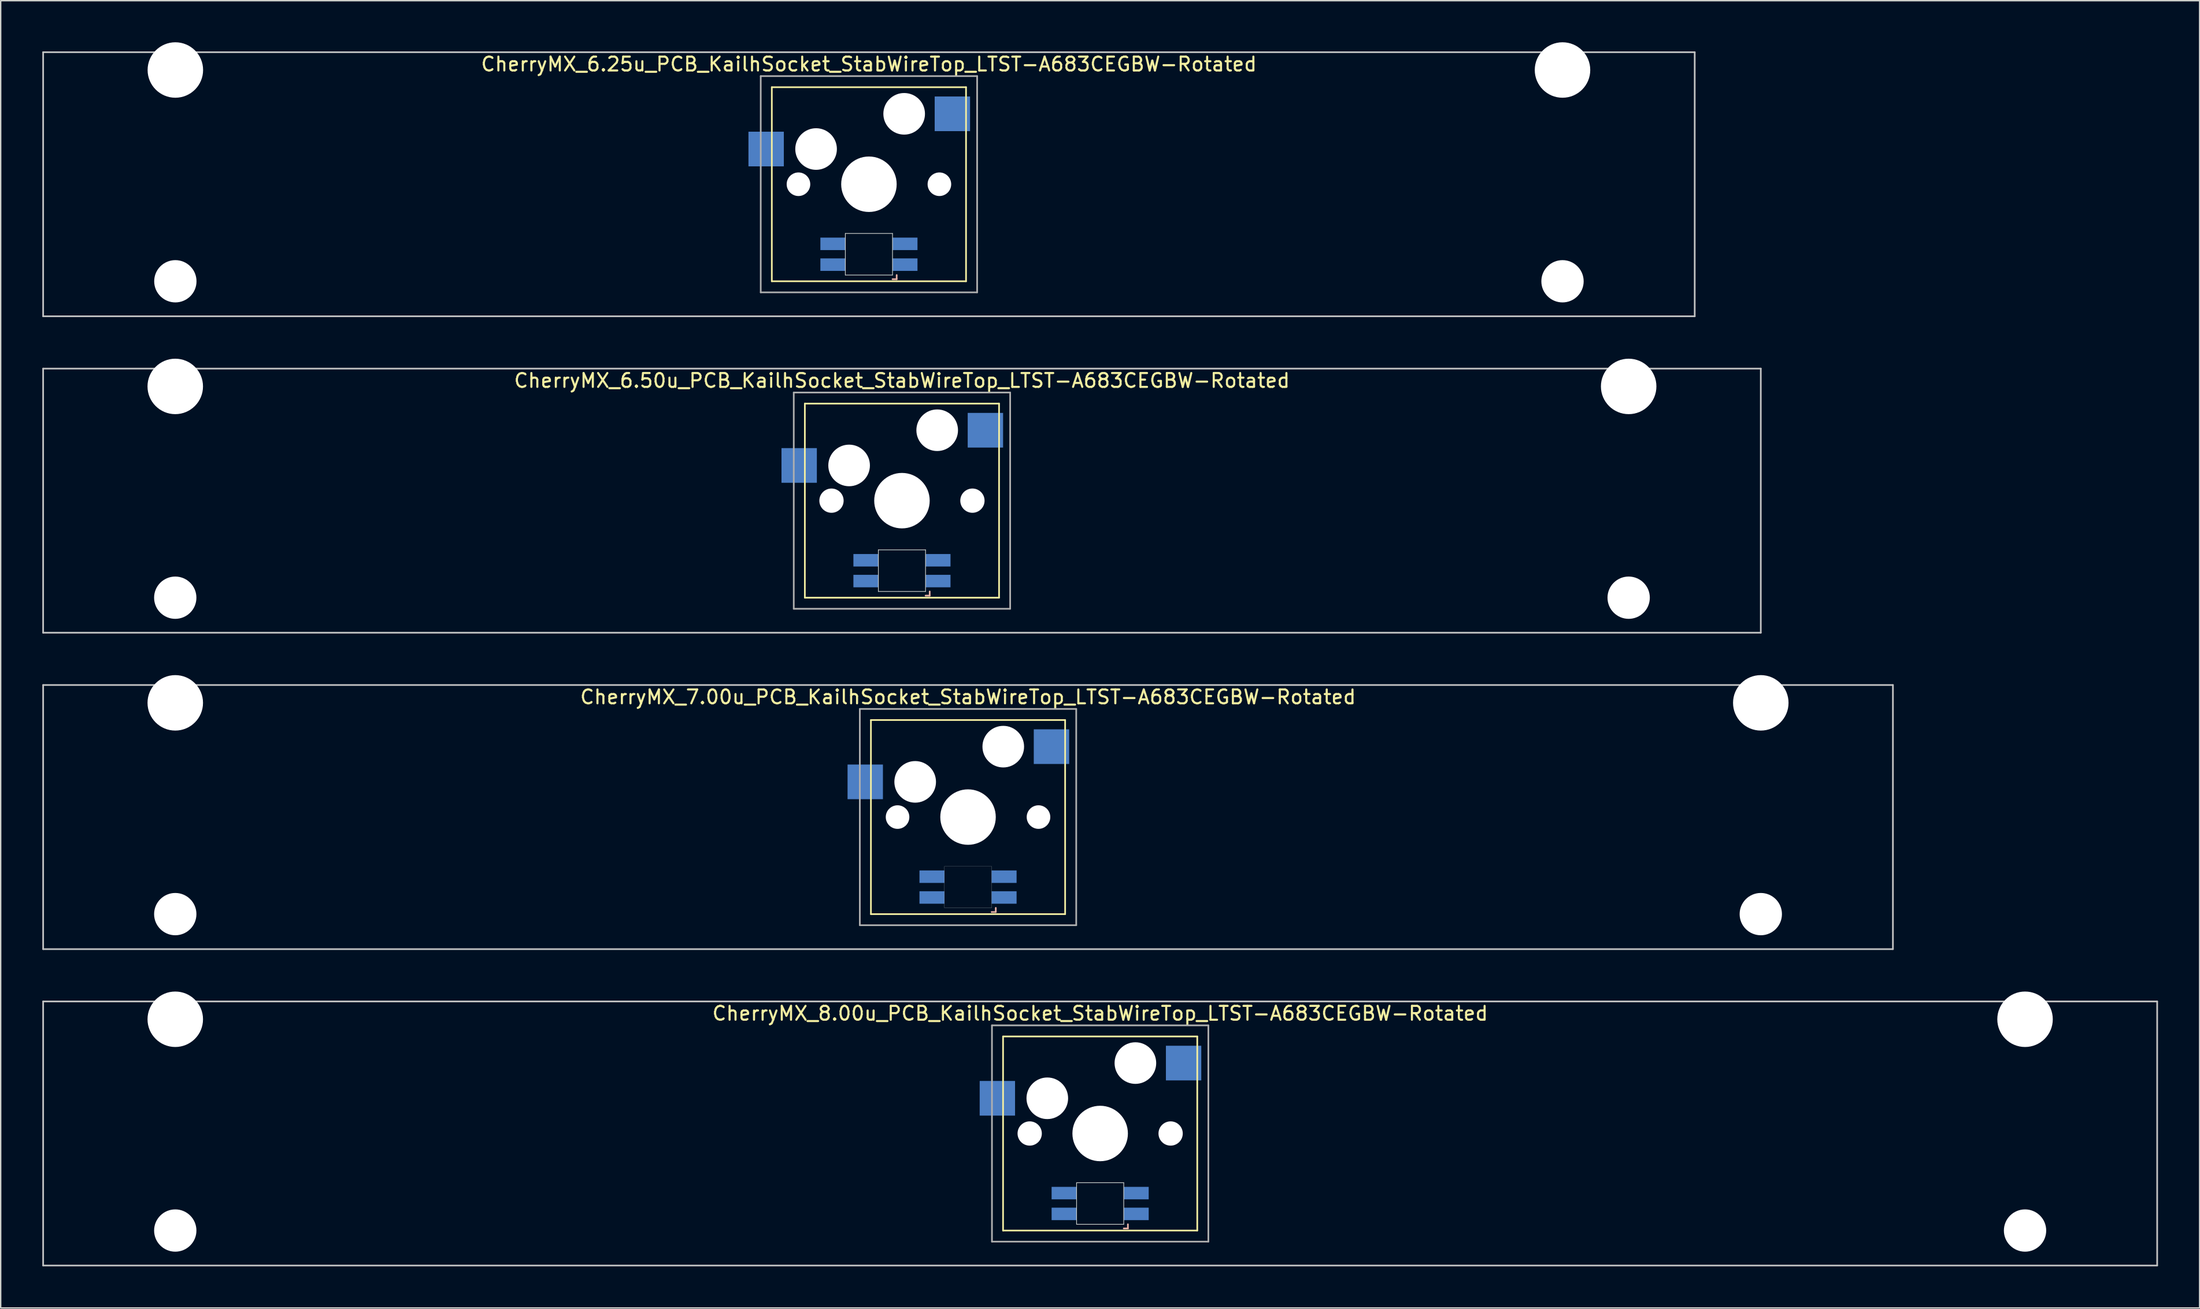
<source format=kicad_pcb>
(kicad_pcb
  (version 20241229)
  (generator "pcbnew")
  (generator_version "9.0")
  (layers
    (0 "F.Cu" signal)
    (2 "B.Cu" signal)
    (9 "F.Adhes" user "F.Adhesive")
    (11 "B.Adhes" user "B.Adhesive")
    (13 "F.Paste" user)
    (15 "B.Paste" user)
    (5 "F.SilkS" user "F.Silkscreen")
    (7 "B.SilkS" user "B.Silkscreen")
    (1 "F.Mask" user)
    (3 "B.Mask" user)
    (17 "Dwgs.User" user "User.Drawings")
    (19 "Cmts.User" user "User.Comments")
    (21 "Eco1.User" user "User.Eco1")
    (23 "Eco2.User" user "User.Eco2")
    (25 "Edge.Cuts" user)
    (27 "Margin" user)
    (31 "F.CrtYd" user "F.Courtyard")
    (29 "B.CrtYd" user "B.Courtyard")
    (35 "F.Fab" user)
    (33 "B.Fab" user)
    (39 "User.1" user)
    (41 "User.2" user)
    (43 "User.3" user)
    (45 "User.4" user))
  (footprint "CherryMX_6.25u_PCB_KailhSocket_StabWireTop_LTST-A683CEGBW-Rotated"
    (layer "F.Cu")
    (at 59.591 10.24)
    (property "Reference" "CherryMX_6.25u_PCB_KailhSocket_StabWireTop_LTST-A683CEGBW-Rotated" (at 0 -8.662 0) (layer "F.SilkS") (effects (font (size 1 1) (thickness 0.15))))
    (attr through_hole)
    (fp_line (start -7 -7) (end -7 7) (stroke (width 0.12) (type solid)) (layer "F.SilkS"))
    (fp_line (start -7 -7) (end 7 -7) (stroke (width 0.12) (type solid)) (layer "F.SilkS"))
    (fp_line (start 7 -7) (end 7 7) (stroke (width 0.12) (type solid)) (layer "F.SilkS"))
    (fp_line (start 7 7) (end -7 7) (stroke (width 0.12) (type solid)) (layer "F.SilkS"))
    (fp_line (start 1.7 6.85) (end 2 6.85) (stroke (width 0.12) (type solid)) (layer "B.SilkS"))
    (fp_line (start 2 6.85) (end 2 6.55) (stroke (width 0.12) (type solid)) (layer "B.SilkS"))
    (fp_line (start -59.531 -9.525) (end 59.531 -9.525) (stroke (width 0.12) (type solid)) (layer "Dwgs.User"))
    (fp_line (start -59.531 9.525) (end -59.531 -9.525) (stroke (width 0.12) (type solid)) (layer "Dwgs.User"))
    (fp_line (start 59.531 -9.525) (end 59.531 9.525) (stroke (width 0.12) (type solid)) (layer "Dwgs.User"))
    (fp_line (start 59.531 9.525) (end -59.531 9.525) (stroke (width 0.12) (type solid)) (layer "Dwgs.User"))
    (fp_line (start -1.7 3.55) (end 1.7 3.55) (stroke (width 0.05) (type solid)) (layer "Edge.Cuts"))
    (fp_line (start -1.7 6.55) (end -1.7 3.55) (stroke (width 0.05) (type solid)) (layer "Edge.Cuts"))
    (fp_line (start 1.7 3.55) (end 1.7 6.55) (stroke (width 0.05) (type solid)) (layer "Edge.Cuts"))
    (fp_line (start 1.7 6.55) (end -1.7 6.55) (stroke (width 0.05) (type solid)) (layer "Edge.Cuts"))
    (fp_line (start -7.8 -7.8) (end -7.8 7.8) (stroke (width 0.12) (type solid)) (layer "F.Fab"))
    (fp_line (start -7.8 -7.8) (end 7.8 -7.8) (stroke (width 0.12) (type solid)) (layer "F.Fab"))
    (fp_line (start -7.8 7.8) (end 7.8 7.8) (stroke (width 0.12) (type solid)) (layer "F.Fab"))
    (fp_line (start 7.8 -7.8) (end 7.8 7.8) (stroke (width 0.12) (type solid)) (layer "F.Fab"))
    (pad "" np_thru_hole circle (at -50 -8.24) (size 4 4) (drill 4) (layers "*.Cu" "*.Mask"))
    (pad "" np_thru_hole circle (at -50 7) (size 3.05 3.05) (drill 3.05) (layers "*.Cu" "*.Mask"))
    (pad "" np_thru_hole circle (at -5.08 0) (size 1.7 1.7) (drill 1.7) (layers "*.Cu" "*.Mask"))
    (pad "" np_thru_hole circle (at -3.81 -2.54) (size 3 3) (drill 3) (layers "*.Cu" "*.Mask"))
    (pad "" np_thru_hole circle (at 0 0) (size 4 4) (drill 4) (layers "*.Cu" "*.Mask"))
    (pad "" np_thru_hole circle (at 2.54 -5.08) (size 3 3) (drill 3) (layers "*.Cu" "*.Mask"))
    (pad "" np_thru_hole circle (at 5.08 0) (size 1.7 1.7) (drill 1.7) (layers "*.Cu" "*.Mask"))
    (pad "" np_thru_hole circle (at 50 -8.24) (size 4 4) (drill 4) (layers "*.Cu" "*.Mask"))
    (pad "" np_thru_hole circle (at 50 7) (size 3.05 3.05) (drill 3.05) (layers "*.Cu" "*.Mask"))
    (pad "1" smd rect (at -7.41 -2.54) (size 2.55 2.5) (layers "B.Cu" "B.Mask" "B.Paste"))
    (pad "2" smd rect (at 6.015 -5.08) (size 2.55 2.5) (layers "B.Cu" "B.Mask" "B.Paste"))
    (pad "3" smd rect (at 2.6 5.8 180) (size 1.8 0.9) (layers "B.Cu" "B.Mask" "B.Paste"))
    (pad "4" smd rect (at 2.6 4.3 180) (size 1.8 0.9) (layers "B.Cu" "B.Mask" "B.Paste"))
    (pad "5" smd rect (at -2.6 5.8 180) (size 1.8 0.9) (layers "B.Cu" "B.Mask" "B.Paste"))
    (pad "6" smd rect (at -2.6 4.3 180) (size 1.8 0.9) (layers "B.Cu" "B.Mask" "B.Paste")))
  (footprint "CherryMX_6.50u_PCB_KailhSocket_StabWireTop_LTST-A683CEGBW-Rotated"
    (layer "F.Cu")
    (at 61.972 33.065)
    (property "Reference" "CherryMX_6.50u_PCB_KailhSocket_StabWireTop_LTST-A683CEGBW-Rotated" (at 0 -8.662 0) (layer "F.SilkS") (effects (font (size 1 1) (thickness 0.15))))
    (attr through_hole)
    (fp_line (start -7 -7) (end -7 7) (stroke (width 0.12) (type solid)) (layer "F.SilkS"))
    (fp_line (start -7 -7) (end 7 -7) (stroke (width 0.12) (type solid)) (layer "F.SilkS"))
    (fp_line (start 7 -7) (end 7 7) (stroke (width 0.12) (type solid)) (layer "F.SilkS"))
    (fp_line (start 7 7) (end -7 7) (stroke (width 0.12) (type solid)) (layer "F.SilkS"))
    (fp_line (start 1.7 6.85) (end 2 6.85) (stroke (width 0.12) (type solid)) (layer "B.SilkS"))
    (fp_line (start 2 6.85) (end 2 6.55) (stroke (width 0.12) (type solid)) (layer "B.SilkS"))
    (fp_line (start -61.913 -9.525) (end 61.913 -9.525) (stroke (width 0.12) (type solid)) (layer "Dwgs.User"))
    (fp_line (start -61.913 9.525) (end -61.913 -9.525) (stroke (width 0.12) (type solid)) (layer "Dwgs.User"))
    (fp_line (start 61.913 -9.525) (end 61.913 9.525) (stroke (width 0.12) (type solid)) (layer "Dwgs.User"))
    (fp_line (start 61.913 9.525) (end -61.913 9.525) (stroke (width 0.12) (type solid)) (layer "Dwgs.User"))
    (fp_line (start -1.7 3.55) (end 1.7 3.55) (stroke (width 0.05) (type solid)) (layer "Edge.Cuts"))
    (fp_line (start -1.7 6.55) (end -1.7 3.55) (stroke (width 0.05) (type solid)) (layer "Edge.Cuts"))
    (fp_line (start 1.7 3.55) (end 1.7 6.55) (stroke (width 0.05) (type solid)) (layer "Edge.Cuts"))
    (fp_line (start 1.7 6.55) (end -1.7 6.55) (stroke (width 0.05) (type solid)) (layer "Edge.Cuts"))
    (fp_line (start -7.8 -7.8) (end -7.8 7.8) (stroke (width 0.12) (type solid)) (layer "F.Fab"))
    (fp_line (start -7.8 -7.8) (end 7.8 -7.8) (stroke (width 0.12) (type solid)) (layer "F.Fab"))
    (fp_line (start -7.8 7.8) (end 7.8 7.8) (stroke (width 0.12) (type solid)) (layer "F.Fab"))
    (fp_line (start 7.8 -7.8) (end 7.8 7.8) (stroke (width 0.12) (type solid)) (layer "F.Fab"))
    (pad "" np_thru_hole circle (at -52.388 -8.24) (size 4 4) (drill 4) (layers "*.Cu" "*.Mask"))
    (pad "" np_thru_hole circle (at -52.388 7) (size 3.05 3.05) (drill 3.05) (layers "*.Cu" "*.Mask"))
    (pad "" np_thru_hole circle (at -5.08 0) (size 1.75 1.75) (drill 1.75) (layers "*.Cu" "*.Mask"))
    (pad "" np_thru_hole circle (at -3.81 -2.54) (size 3 3) (drill 3) (layers "*.Cu" "*.Mask"))
    (pad "" np_thru_hole circle (at 0 0) (size 4 4) (drill 4) (layers "*.Cu" "*.Mask"))
    (pad "" np_thru_hole circle (at 2.54 -5.08) (size 3 3) (drill 3) (layers "*.Cu" "*.Mask"))
    (pad "" np_thru_hole circle (at 5.08 0) (size 1.75 1.75) (drill 1.75) (layers "*.Cu" "*.Mask"))
    (pad "" np_thru_hole circle (at 52.388 -8.24) (size 4 4) (drill 4) (layers "*.Cu" "*.Mask"))
    (pad "" np_thru_hole circle (at 52.388 7) (size 3.05 3.05) (drill 3.05) (layers "*.Cu" "*.Mask"))
    (pad "1" smd rect (at -7.41 -2.54) (size 2.55 2.5) (layers "B.Cu" "B.Mask" "B.Paste"))
    (pad "2" smd rect (at 6.015 -5.08) (size 2.55 2.5) (layers "B.Cu" "B.Mask" "B.Paste"))
    (pad "3" smd rect (at 2.6 5.8) (size 1.8 0.9) (layers "B.Cu" "B.Mask" "B.Paste"))
    (pad "4" smd rect (at 2.6 4.3) (size 1.8 0.9) (layers "B.Cu" "B.Mask" "B.Paste"))
    (pad "5" smd rect (at -2.6 5.8) (size 1.8 0.9) (layers "B.Cu" "B.Mask" "B.Paste"))
    (pad "6" smd rect (at -2.6 4.3) (size 1.8 0.9) (layers "B.Cu" "B.Mask" "B.Paste")))
  (footprint "CherryMX_8.00u_PCB_KailhSocket_StabWireTop_LTST-A683CEGBW-Rotated"
    (layer "F.Cu")
    (at 76.26 78.715)
    (property "Reference" "CherryMX_8.00u_PCB_KailhSocket_StabWireTop_LTST-A683CEGBW-Rotated" (at 0 -8.662 0) (layer "F.SilkS") (effects (font (size 1 1) (thickness 0.15))))
    (attr through_hole)
    (fp_line (start -7 -7) (end -7 7) (stroke (width 0.12) (type solid)) (layer "F.SilkS"))
    (fp_line (start -7 -7) (end 7 -7) (stroke (width 0.12) (type solid)) (layer "F.SilkS"))
    (fp_line (start 7 -7) (end 7 7) (stroke (width 0.12) (type solid)) (layer "F.SilkS"))
    (fp_line (start 7 7) (end -7 7) (stroke (width 0.12) (type solid)) (layer "F.SilkS"))
    (fp_line (start 1.7 6.85) (end 2 6.85) (stroke (width 0.12) (type solid)) (layer "B.SilkS"))
    (fp_line (start 2 6.85) (end 2 6.55) (stroke (width 0.12) (type solid)) (layer "B.SilkS"))
    (fp_line (start -76.2 -9.525) (end 76.2 -9.525) (stroke (width 0.12) (type solid)) (layer "Dwgs.User"))
    (fp_line (start -76.2 9.525) (end -76.2 -9.525) (stroke (width 0.12) (type solid)) (layer "Dwgs.User"))
    (fp_line (start 76.2 -9.525) (end 76.2 9.525) (stroke (width 0.12) (type solid)) (layer "Dwgs.User"))
    (fp_line (start 76.2 9.525) (end -76.2 9.525) (stroke (width 0.12) (type solid)) (layer "Dwgs.User"))
    (fp_line (start -1.7 3.55) (end 1.7 3.55) (stroke (width 0.05) (type solid)) (layer "Edge.Cuts"))
    (fp_line (start -1.7 6.55) (end -1.7 3.55) (stroke (width 0.05) (type solid)) (layer "Edge.Cuts"))
    (fp_line (start 1.7 3.55) (end 1.7 6.55) (stroke (width 0.05) (type solid)) (layer "Edge.Cuts"))
    (fp_line (start 1.7 6.55) (end -1.7 6.55) (stroke (width 0.05) (type solid)) (layer "Edge.Cuts"))
    (fp_line (start -7.8 -7.8) (end -7.8 7.8) (stroke (width 0.12) (type solid)) (layer "F.Fab"))
    (fp_line (start -7.8 -7.8) (end 7.8 -7.8) (stroke (width 0.12) (type solid)) (layer "F.Fab"))
    (fp_line (start -7.8 7.8) (end 7.8 7.8) (stroke (width 0.12) (type solid)) (layer "F.Fab"))
    (fp_line (start 7.8 -7.8) (end 7.8 7.8) (stroke (width 0.12) (type solid)) (layer "F.Fab"))
    (pad "" np_thru_hole circle (at -66.675 -8.24) (size 4 4) (drill 4) (layers "*.Cu" "*.Mask"))
    (pad "" np_thru_hole circle (at -66.675 7) (size 3.05 3.05) (drill 3.05) (layers "*.Cu" "*.Mask"))
    (pad "" np_thru_hole circle (at -5.08 0) (size 1.75 1.75) (drill 1.75) (layers "*.Cu" "*.Mask"))
    (pad "" np_thru_hole circle (at -3.81 -2.54) (size 3 3) (drill 3) (layers "*.Cu" "*.Mask"))
    (pad "" np_thru_hole circle (at 0 0) (size 4 4) (drill 4) (layers "*.Cu" "*.Mask"))
    (pad "" np_thru_hole circle (at 2.54 -5.08) (size 3 3) (drill 3) (layers "*.Cu" "*.Mask"))
    (pad "" np_thru_hole circle (at 5.08 0) (size 1.75 1.75) (drill 1.75) (layers "*.Cu" "*.Mask"))
    (pad "" np_thru_hole circle (at 66.675 -8.24) (size 4 4) (drill 4) (layers "*.Cu" "*.Mask"))
    (pad "" np_thru_hole circle (at 66.675 7) (size 3.05 3.05) (drill 3.05) (layers "*.Cu" "*.Mask"))
    (pad "1" smd rect (at -7.41 -2.54) (size 2.55 2.5) (layers "B.Cu" "B.Mask" "B.Paste"))
    (pad "2" smd rect (at 6.015 -5.08) (size 2.55 2.5) (layers "B.Cu" "B.Mask" "B.Paste"))
    (pad "3" smd rect (at 2.6 5.8) (size 1.8 0.9) (layers "B.Cu" "B.Mask" "B.Paste"))
    (pad "4" smd rect (at 2.6 4.3) (size 1.8 0.9) (layers "B.Cu" "B.Mask" "B.Paste"))
    (pad "5" smd rect (at -2.6 5.8) (size 1.8 0.9) (layers "B.Cu" "B.Mask" "B.Paste"))
    (pad "6" smd rect (at -2.6 4.3) (size 1.8 0.9) (layers "B.Cu" "B.Mask" "B.Paste")))
  (footprint "CherryMX_7.00u_PCB_KailhSocket_StabWireTop_LTST-A683CEGBW-Rotated"
    (layer "F.Cu")
    (at 66.735 55.89)
    (property "Reference" "CherryMX_7.00u_PCB_KailhSocket_StabWireTop_LTST-A683CEGBW-Rotated" (at 0 -8.662 0) (layer "F.SilkS") (effects (font (size 1 1) (thickness 0.15))))
    (attr through_hole)
    (fp_line (start -7 -7) (end -7 7) (stroke (width 0.12) (type solid)) (layer "F.SilkS"))
    (fp_line (start -7 -7) (end 7 -7) (stroke (width 0.12) (type solid)) (layer "F.SilkS"))
    (fp_line (start 7 -7) (end 7 7) (stroke (width 0.12) (type solid)) (layer "F.SilkS"))
    (fp_line (start 7 7) (end -7 7) (stroke (width 0.12) (type solid)) (layer "F.SilkS"))
    (fp_line (start 1.7 6.85) (end 2 6.85) (stroke (width 0.12) (type solid)) (layer "B.SilkS"))
    (fp_line (start 2 6.85) (end 2 6.55) (stroke (width 0.12) (type solid)) (layer "B.SilkS"))
    (fp_line (start -66.675 -9.525) (end 66.675 -9.525) (stroke (width 0.12) (type solid)) (layer "Dwgs.User"))
    (fp_line (start -66.675 9.525) (end -66.675 -9.525) (stroke (width 0.12) (type solid)) (layer "Dwgs.User"))
    (fp_line (start 66.675 -9.525) (end 66.675 9.525) (stroke (width 0.12) (type solid)) (layer "Dwgs.User"))
    (fp_line (start 66.675 9.525) (end -66.675 9.525) (stroke (width 0.12) (type solid)) (layer "Dwgs.User"))
    (fp_poly (pts (xy -1.7 3.55) (xy 1.7 3.55) (xy 1.7 6.55) (xy -1.7 6.55)) (stroke (width 0.01) (type solid)) (fill no) (layer "Edge.Cuts"))
    (fp_line (start -7.8 -7.8) (end -7.8 7.8) (stroke (width 0.12) (type solid)) (layer "F.Fab"))
    (fp_line (start -7.8 -7.8) (end 7.8 -7.8) (stroke (width 0.12) (type solid)) (layer "F.Fab"))
    (fp_line (start -7.8 7.8) (end 7.8 7.8) (stroke (width 0.12) (type solid)) (layer "F.Fab"))
    (fp_line (start 7.8 -7.8) (end 7.8 7.8) (stroke (width 0.12) (type solid)) (layer "F.Fab"))
    (pad "" np_thru_hole circle (at -57.15 -8.24) (size 4 4) (drill 4) (layers "*.Cu" "*.Mask"))
    (pad "" np_thru_hole circle (at -57.15 7) (size 3.05 3.05) (drill 3.05) (layers "*.Cu" "*.Mask"))
    (pad "" np_thru_hole circle (at -5.08 0) (size 1.7 1.7) (drill 1.7) (layers "*.Cu" "*.Mask"))
    (pad "" np_thru_hole circle (at -3.81 -2.54) (size 3 3) (drill 3) (layers "*.Cu" "*.Mask"))
    (pad "" np_thru_hole circle (at 0 0) (size 4 4) (drill 4) (layers "*.Cu" "*.Mask"))
    (pad "" np_thru_hole circle (at 2.54 -5.08) (size 3 3) (drill 3) (layers "*.Cu" "*.Mask"))
    (pad "" np_thru_hole circle (at 5.08 0) (size 1.7 1.7) (drill 1.7) (layers "*.Cu" "*.Mask"))
    (pad "" np_thru_hole circle (at 57.15 -8.24) (size 4 4) (drill 4) (layers "*.Cu" "*.Mask"))
    (pad "" np_thru_hole circle (at 57.15 7) (size 3.05 3.05) (drill 3.05) (layers "*.Cu" "*.Mask"))
    (pad "1" smd rect (at -7.41 -2.54) (size 2.55 2.5) (layers "B.Cu" "B.Mask" "B.Paste"))
    (pad "2" smd rect (at 6.015 -5.08) (size 2.55 2.5) (layers "B.Cu" "B.Mask" "B.Paste"))
    (pad "3" smd rect (at 2.6 5.8 180) (size 1.8 0.9) (layers "B.Cu" "B.Mask" "B.Paste"))
    (pad "4" smd rect (at 2.6 4.3 180) (size 1.8 0.9) (layers "B.Cu" "B.Mask" "B.Paste"))
    (pad "5" smd rect (at -2.6 5.8 180) (size 1.8 0.9) (layers "B.Cu" "B.Mask" "B.Paste"))
    (pad "6" smd rect (at -2.6 4.3 180) (size 1.8 0.9) (layers "B.Cu" "B.Mask" "B.Paste")))
  (gr_rect
    (start -3 -3)
    (end 155.52 91.3)
    (stroke (width 0.1) (type default))
    (fill no)
    (layer "Edge.Cuts")))
</source>
